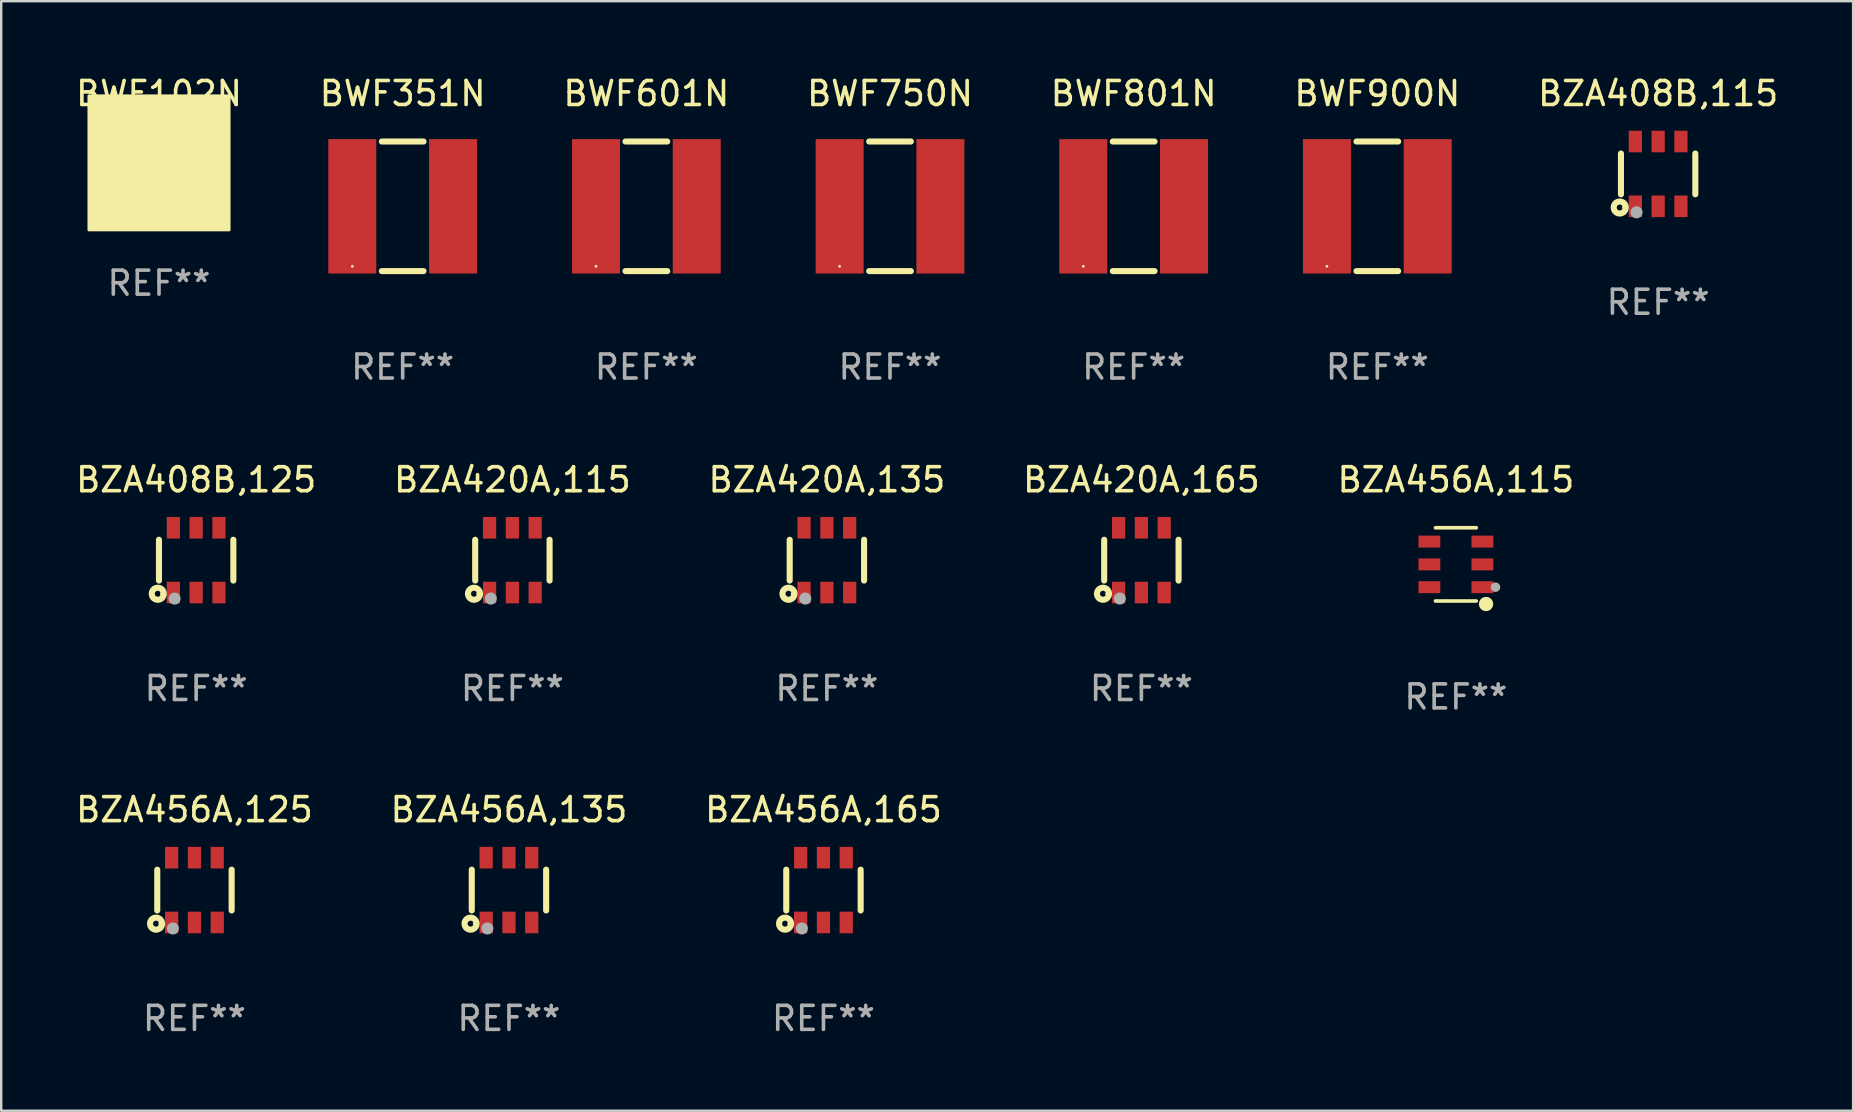
<source format=kicad_pcb>
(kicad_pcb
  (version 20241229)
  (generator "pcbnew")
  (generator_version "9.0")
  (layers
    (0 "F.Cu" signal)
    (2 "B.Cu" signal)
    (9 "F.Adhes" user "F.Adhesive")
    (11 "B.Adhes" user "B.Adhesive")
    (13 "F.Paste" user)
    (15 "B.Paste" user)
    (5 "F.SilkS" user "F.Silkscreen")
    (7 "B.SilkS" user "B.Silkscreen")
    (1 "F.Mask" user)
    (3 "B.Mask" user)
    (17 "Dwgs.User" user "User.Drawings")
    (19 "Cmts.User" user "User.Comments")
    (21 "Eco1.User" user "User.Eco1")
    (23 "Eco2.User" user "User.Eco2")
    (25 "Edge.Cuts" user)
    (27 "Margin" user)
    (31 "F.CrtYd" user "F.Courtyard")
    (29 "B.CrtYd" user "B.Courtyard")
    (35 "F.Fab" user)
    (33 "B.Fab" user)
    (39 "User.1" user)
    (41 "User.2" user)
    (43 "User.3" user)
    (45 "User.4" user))
  (footprint "BZA456A,135"
    (layer "F.Cu")
    (at 18.161 34.044)
    (property "Reference" "BZA456A,135" (at 0 -3.35 0) (layer "F.SilkS") (effects (font (size 1 1) (thickness 0.15))))
    (attr through_hole)
    (fp_line (start -1.55 0.85) (end -1.55 -0.85) (stroke (width 0.254) (type solid)) (layer "F.SilkS"))
    (fp_line (start 1.55 -0.85) (end 1.55 0.85) (stroke (width 0.254) (type solid)) (layer "F.SilkS"))
    (fp_circle (center -1.6 1.4) (end -1.476 1.4) (stroke (width 0.254) (type solid)) (fill no) (layer "F.SilkS"))
    (fp_circle (center -1.45 1.4) (end -1.42 1.4) (stroke (width 0.06) (type solid)) (fill no) (layer "F.SilkS"))
    (fp_circle (center -0.9 1.6) (end -0.773 1.6) (stroke (width 0.254) (type solid)) (fill no) (layer "F.Fab"))
    (fp_text user "REF**" (at 0 5.35 0) (layer "F.Fab") (effects (font (size 1 1) (thickness 0.15))))
    (pad "1" smd rect (at -0.95 1.35) (size 0.551 0.9) (layers "F.Cu" "F.Mask" "F.Paste"))
    (pad "2" smd rect (at 0.000127 1.35) (size 0.551 0.9) (layers "F.Cu" "F.Mask" "F.Paste"))
    (pad "3" smd rect (at 0.95 1.35) (size 0.551 0.9) (layers "F.Cu" "F.Mask" "F.Paste"))
    (pad "4" smd rect (at 0.95 -1.35) (size 0.55 0.9) (layers "F.Cu" "F.Mask" "F.Paste"))
    (pad "5" smd rect (at 0.000127 -1.35) (size 0.55 0.9) (layers "F.Cu" "F.Mask" "F.Paste"))
    (pad "6" smd rect (at -0.95 -1.35) (size 0.55 0.9) (layers "F.Cu" "F.Mask" "F.Paste")))
  (footprint "BZA456A,125"
    (layer "F.Cu")
    (at 5.054 34.044)
    (property "Reference" "BZA456A,125" (at 0 -3.35 0) (layer "F.SilkS") (effects (font (size 1 1) (thickness 0.15))))
    (attr through_hole)
    (fp_line (start -1.55 0.85) (end -1.55 -0.85) (stroke (width 0.254) (type solid)) (layer "F.SilkS"))
    (fp_line (start 1.55 -0.85) (end 1.55 0.85) (stroke (width 0.254) (type solid)) (layer "F.SilkS"))
    (fp_circle (center -1.6 1.4) (end -1.476 1.4) (stroke (width 0.254) (type solid)) (fill no) (layer "F.SilkS"))
    (fp_circle (center -1.45 1.4) (end -1.42 1.4) (stroke (width 0.06) (type solid)) (fill no) (layer "F.SilkS"))
    (fp_circle (center -0.9 1.6) (end -0.773 1.6) (stroke (width 0.254) (type solid)) (fill no) (layer "F.Fab"))
    (fp_text user "REF**" (at 0 5.35 0) (layer "F.Fab") (effects (font (size 1 1) (thickness 0.15))))
    (pad "1" smd rect (at -0.95 1.35) (size 0.551 0.9) (layers "F.Cu" "F.Mask" "F.Paste"))
    (pad "2" smd rect (at 0.000127 1.35) (size 0.551 0.9) (layers "F.Cu" "F.Mask" "F.Paste"))
    (pad "3" smd rect (at 0.95 1.35) (size 0.551 0.9) (layers "F.Cu" "F.Mask" "F.Paste"))
    (pad "4" smd rect (at 0.95 -1.35) (size 0.55 0.9) (layers "F.Cu" "F.Mask" "F.Paste"))
    (pad "5" smd rect (at 0.000127 -1.35) (size 0.55 0.9) (layers "F.Cu" "F.Mask" "F.Paste"))
    (pad "6" smd rect (at -0.95 -1.35) (size 0.55 0.9) (layers "F.Cu" "F.Mask" "F.Paste")))
  (footprint "BZA456A,165"
    (layer "F.Cu")
    (at 31.268 34.044)
    (property "Reference" "BZA456A,165" (at 0 -3.35 0) (layer "F.SilkS") (effects (font (size 1 1) (thickness 0.15))))
    (attr through_hole)
    (fp_line (start -1.55 0.85) (end -1.55 -0.85) (stroke (width 0.254) (type solid)) (layer "F.SilkS"))
    (fp_line (start 1.55 -0.85) (end 1.55 0.85) (stroke (width 0.254) (type solid)) (layer "F.SilkS"))
    (fp_circle (center -1.6 1.4) (end -1.476 1.4) (stroke (width 0.254) (type solid)) (fill no) (layer "F.SilkS"))
    (fp_circle (center -1.45 1.4) (end -1.42 1.4) (stroke (width 0.06) (type solid)) (fill no) (layer "F.SilkS"))
    (fp_circle (center -0.9 1.6) (end -0.773 1.6) (stroke (width 0.254) (type solid)) (fill no) (layer "F.Fab"))
    (fp_text user "REF**" (at 0 5.35 0) (layer "F.Fab") (effects (font (size 1 1) (thickness 0.15))))
    (pad "1" smd rect (at -0.95 1.35) (size 0.551 0.9) (layers "F.Cu" "F.Mask" "F.Paste"))
    (pad "2" smd rect (at 0.000127 1.35) (size 0.551 0.9) (layers "F.Cu" "F.Mask" "F.Paste"))
    (pad "3" smd rect (at 0.95 1.35) (size 0.551 0.9) (layers "F.Cu" "F.Mask" "F.Paste"))
    (pad "4" smd rect (at 0.95 -1.35) (size 0.55 0.9) (layers "F.Cu" "F.Mask" "F.Paste"))
    (pad "5" smd rect (at 0.000127 -1.35) (size 0.55 0.9) (layers "F.Cu" "F.Mask" "F.Paste"))
    (pad "6" smd rect (at -0.95 -1.35) (size 0.55 0.9) (layers "F.Cu" "F.Mask" "F.Paste")))
  (footprint "BZA420A,115"
    (layer "F.Cu")
    (at 18.304 20.295)
    (property "Reference" "BZA420A,115" (at 0 -3.35 0) (layer "F.SilkS") (effects (font (size 1 1) (thickness 0.15))))
    (attr through_hole)
    (fp_line (start -1.55 0.85) (end -1.55 -0.85) (stroke (width 0.254) (type solid)) (layer "F.SilkS"))
    (fp_line (start 1.55 -0.85) (end 1.55 0.85) (stroke (width 0.254) (type solid)) (layer "F.SilkS"))
    (fp_circle (center -1.6 1.4) (end -1.476 1.4) (stroke (width 0.254) (type solid)) (fill no) (layer "F.SilkS"))
    (fp_circle (center -1.45 1.4) (end -1.42 1.4) (stroke (width 0.06) (type solid)) (fill no) (layer "F.SilkS"))
    (fp_circle (center -0.9 1.6) (end -0.773 1.6) (stroke (width 0.254) (type solid)) (fill no) (layer "F.Fab"))
    (fp_text user "REF**" (at 0 5.35 0) (layer "F.Fab") (effects (font (size 1 1) (thickness 0.15))))
    (pad "1" smd rect (at -0.95 1.35) (size 0.551 0.9) (layers "F.Cu" "F.Mask" "F.Paste"))
    (pad "2" smd rect (at 0.000127 1.35) (size 0.551 0.9) (layers "F.Cu" "F.Mask" "F.Paste"))
    (pad "3" smd rect (at 0.95 1.35) (size 0.551 0.9) (layers "F.Cu" "F.Mask" "F.Paste"))
    (pad "4" smd rect (at 0.95 -1.35) (size 0.55 0.9) (layers "F.Cu" "F.Mask" "F.Paste"))
    (pad "5" smd rect (at 0.000127 -1.35) (size 0.55 0.9) (layers "F.Cu" "F.Mask" "F.Paste"))
    (pad "6" smd rect (at -0.95 -1.35) (size 0.55 0.9) (layers "F.Cu" "F.Mask" "F.Paste")))
  (footprint "BZA408B,115"
    (layer "F.Cu")
    (at 66.054 4.198)
    (property "Reference" "BZA408B,115" (at 0 -3.35 0) (layer "F.SilkS") (effects (font (size 1 1) (thickness 0.15))))
    (attr through_hole)
    (fp_line (start -1.55 0.85) (end -1.55 -0.85) (stroke (width 0.254) (type solid)) (layer "F.SilkS"))
    (fp_line (start 1.55 -0.85) (end 1.55 0.85) (stroke (width 0.254) (type solid)) (layer "F.SilkS"))
    (fp_circle (center -1.6 1.4) (end -1.476 1.4) (stroke (width 0.254) (type solid)) (fill no) (layer "F.SilkS"))
    (fp_circle (center -1.45 1.4) (end -1.42 1.4) (stroke (width 0.06) (type solid)) (fill no) (layer "F.SilkS"))
    (fp_circle (center -0.9 1.6) (end -0.773 1.6) (stroke (width 0.254) (type solid)) (fill no) (layer "F.Fab"))
    (fp_text user "REF**" (at 0 5.35 0) (layer "F.Fab") (effects (font (size 1 1) (thickness 0.15))))
    (pad "1" smd rect (at -0.95 1.35) (size 0.551 0.9) (layers "F.Cu" "F.Mask" "F.Paste"))
    (pad "2" smd rect (at 0.000127 1.35) (size 0.551 0.9) (layers "F.Cu" "F.Mask" "F.Paste"))
    (pad "3" smd rect (at 0.95 1.35) (size 0.551 0.9) (layers "F.Cu" "F.Mask" "F.Paste"))
    (pad "4" smd rect (at 0.95 -1.35) (size 0.55 0.9) (layers "F.Cu" "F.Mask" "F.Paste"))
    (pad "5" smd rect (at 0.000127 -1.35) (size 0.55 0.9) (layers "F.Cu" "F.Mask" "F.Paste"))
    (pad "6" smd rect (at -0.95 -1.35) (size 0.55 0.9) (layers "F.Cu" "F.Mask" "F.Paste")))
  (footprint "BZA408B,125"
    (layer "F.Cu")
    (at 5.125 20.295)
    (property "Reference" "BZA408B,125" (at 0 -3.35 0) (layer "F.SilkS") (effects (font (size 1 1) (thickness 0.15))))
    (attr through_hole)
    (fp_line (start -1.55 0.85) (end -1.55 -0.85) (stroke (width 0.254) (type solid)) (layer "F.SilkS"))
    (fp_line (start 1.55 -0.85) (end 1.55 0.85) (stroke (width 0.254) (type solid)) (layer "F.SilkS"))
    (fp_circle (center -1.6 1.4) (end -1.476 1.4) (stroke (width 0.254) (type solid)) (fill no) (layer "F.SilkS"))
    (fp_circle (center -1.45 1.4) (end -1.42 1.4) (stroke (width 0.06) (type solid)) (fill no) (layer "F.SilkS"))
    (fp_circle (center -0.9 1.6) (end -0.773 1.6) (stroke (width 0.254) (type solid)) (fill no) (layer "F.Fab"))
    (fp_text user "REF**" (at 0 5.35 0) (layer "F.Fab") (effects (font (size 1 1) (thickness 0.15))))
    (pad "1" smd rect (at -0.95 1.35) (size 0.551 0.9) (layers "F.Cu" "F.Mask" "F.Paste"))
    (pad "2" smd rect (at 0.000127 1.35) (size 0.551 0.9) (layers "F.Cu" "F.Mask" "F.Paste"))
    (pad "3" smd rect (at 0.95 1.35) (size 0.551 0.9) (layers "F.Cu" "F.Mask" "F.Paste"))
    (pad "4" smd rect (at 0.95 -1.35) (size 0.55 0.9) (layers "F.Cu" "F.Mask" "F.Paste"))
    (pad "5" smd rect (at 0.000127 -1.35) (size 0.55 0.9) (layers "F.Cu" "F.Mask" "F.Paste"))
    (pad "6" smd rect (at -0.95 -1.35) (size 0.55 0.9) (layers "F.Cu" "F.Mask" "F.Paste")))
  (footprint "BWF801N"
    (layer "F.Cu")
    (at 44.196 5.548)
    (property "Reference" "BWF801N" (at 0 -4.7 0) (layer "F.SilkS") (effects (font (size 1 1) (thickness 0.15))))
    (attr through_hole)
    (fp_line (start -0.869 -2.7) (end 0.869 -2.7) (stroke (width 0.254) (type solid)) (layer "F.SilkS"))
    (fp_line (start -0.869 2.7) (end 0.869 2.7) (stroke (width 0.254) (type solid)) (layer "F.SilkS"))
    (fp_circle (center -2.1 2.5) (end -2.07 2.5) (stroke (width 0.06) (type solid)) (fill no) (layer "F.SilkS"))
    (fp_text user "REF**" (at 0 6.7 0) (layer "F.Fab") (effects (font (size 1 1) (thickness 0.15))))
    (pad "1" smd rect (at -2.1 0) (size 2 5.6) (layers "F.Cu" "F.Mask" "F.Paste"))
    (pad "2" smd rect (at 2.1 0) (size 2 5.6) (layers "F.Cu" "F.Mask" "F.Paste")))
  (footprint "BZA420A,165"
    (layer "F.Cu")
    (at 44.518 20.295)
    (property "Reference" "BZA420A,165" (at 0 -3.35 0) (layer "F.SilkS") (effects (font (size 1 1) (thickness 0.15))))
    (attr through_hole)
    (fp_line (start -1.55 0.85) (end -1.55 -0.85) (stroke (width 0.254) (type solid)) (layer "F.SilkS"))
    (fp_line (start 1.55 -0.85) (end 1.55 0.85) (stroke (width 0.254) (type solid)) (layer "F.SilkS"))
    (fp_circle (center -1.6 1.4) (end -1.476 1.4) (stroke (width 0.254) (type solid)) (fill no) (layer "F.SilkS"))
    (fp_circle (center -1.45 1.4) (end -1.42 1.4) (stroke (width 0.06) (type solid)) (fill no) (layer "F.SilkS"))
    (fp_circle (center -0.9 1.6) (end -0.773 1.6) (stroke (width 0.254) (type solid)) (fill no) (layer "F.Fab"))
    (fp_text user "REF**" (at 0 5.35 0) (layer "F.Fab") (effects (font (size 1 1) (thickness 0.15))))
    (pad "1" smd rect (at -0.95 1.35) (size 0.551 0.9) (layers "F.Cu" "F.Mask" "F.Paste"))
    (pad "2" smd rect (at 0.000127 1.35) (size 0.551 0.9) (layers "F.Cu" "F.Mask" "F.Paste"))
    (pad "3" smd rect (at 0.95 1.35) (size 0.551 0.9) (layers "F.Cu" "F.Mask" "F.Paste"))
    (pad "4" smd rect (at 0.95 -1.35) (size 0.55 0.9) (layers "F.Cu" "F.Mask" "F.Paste"))
    (pad "5" smd rect (at 0.000127 -1.35) (size 0.55 0.9) (layers "F.Cu" "F.Mask" "F.Paste"))
    (pad "6" smd rect (at -0.95 -1.35) (size 0.55 0.9) (layers "F.Cu" "F.Mask" "F.Paste")))
  (footprint "BWF601N"
    (layer "F.Cu")
    (at 23.887 5.548)
    (property "Reference" "BWF601N" (at 0 -4.7 0) (layer "F.SilkS") (effects (font (size 1 1) (thickness 0.15))))
    (attr through_hole)
    (fp_line (start -0.869 -2.7) (end 0.869 -2.7) (stroke (width 0.254) (type solid)) (layer "F.SilkS"))
    (fp_line (start -0.869 2.7) (end 0.869 2.7) (stroke (width 0.254) (type solid)) (layer "F.SilkS"))
    (fp_circle (center -2.1 2.5) (end -2.07 2.5) (stroke (width 0.06) (type solid)) (fill no) (layer "F.SilkS"))
    (fp_text user "REF**" (at 0 6.7 0) (layer "F.Fab") (effects (font (size 1 1) (thickness 0.15))))
    (pad "1" smd rect (at -2.1 0) (size 2 5.6) (layers "F.Cu" "F.Mask" "F.Paste"))
    (pad "2" smd rect (at 2.1 0) (size 2 5.6) (layers "F.Cu" "F.Mask" "F.Paste")))
  (footprint "BWF900N"
    (layer "F.Cu")
    (at 54.351 5.548)
    (property "Reference" "BWF900N" (at 0 -4.7 0) (layer "F.SilkS") (effects (font (size 1 1) (thickness 0.15))))
    (attr through_hole)
    (fp_line (start -0.869 -2.7) (end 0.869 -2.7) (stroke (width 0.254) (type solid)) (layer "F.SilkS"))
    (fp_line (start -0.869 2.7) (end 0.869 2.7) (stroke (width 0.254) (type solid)) (layer "F.SilkS"))
    (fp_circle (center -2.1 2.5) (end -2.07 2.5) (stroke (width 0.06) (type solid)) (fill no) (layer "F.SilkS"))
    (fp_text user "REF**" (at 0 6.7 0) (layer "F.Fab") (effects (font (size 1 1) (thickness 0.15))))
    (pad "1" smd rect (at -2.1 0) (size 2 5.6) (layers "F.Cu" "F.Mask" "F.Paste"))
    (pad "2" smd rect (at 2.1 0) (size 2 5.6) (layers "F.Cu" "F.Mask" "F.Paste")))
  (footprint "BWF750N"
    (layer "F.Cu")
    (at 34.042 5.548)
    (property "Reference" "BWF750N" (at 0 -4.7 0) (layer "F.SilkS") (effects (font (size 1 1) (thickness 0.15))))
    (attr through_hole)
    (fp_line (start -0.869 -2.7) (end 0.869 -2.7) (stroke (width 0.254) (type solid)) (layer "F.SilkS"))
    (fp_line (start -0.869 2.7) (end 0.869 2.7) (stroke (width 0.254) (type solid)) (layer "F.SilkS"))
    (fp_circle (center -2.1 2.5) (end -2.07 2.5) (stroke (width 0.06) (type solid)) (fill no) (layer "F.SilkS"))
    (fp_text user "REF**" (at 0 6.7 0) (layer "F.Fab") (effects (font (size 1 1) (thickness 0.15))))
    (pad "1" smd rect (at -2.1 0) (size 2 5.6) (layers "F.Cu" "F.Mask" "F.Paste"))
    (pad "2" smd rect (at 2.1 0) (size 2 5.6) (layers "F.Cu" "F.Mask" "F.Paste")))
  (footprint "BZA420A,135"
    (layer "F.Cu")
    (at 31.411 20.295)
    (property "Reference" "BZA420A,135" (at 0 -3.35 0) (layer "F.SilkS") (effects (font (size 1 1) (thickness 0.15))))
    (attr through_hole)
    (fp_line (start -1.55 0.85) (end -1.55 -0.85) (stroke (width 0.254) (type solid)) (layer "F.SilkS"))
    (fp_line (start 1.55 -0.85) (end 1.55 0.85) (stroke (width 0.254) (type solid)) (layer "F.SilkS"))
    (fp_circle (center -1.6 1.4) (end -1.476 1.4) (stroke (width 0.254) (type solid)) (fill no) (layer "F.SilkS"))
    (fp_circle (center -1.45 1.4) (end -1.42 1.4) (stroke (width 0.06) (type solid)) (fill no) (layer "F.SilkS"))
    (fp_circle (center -0.9 1.6) (end -0.773 1.6) (stroke (width 0.254) (type solid)) (fill no) (layer "F.Fab"))
    (fp_text user "REF**" (at 0 5.35 0) (layer "F.Fab") (effects (font (size 1 1) (thickness 0.15))))
    (pad "1" smd rect (at -0.95 1.35) (size 0.551 0.9) (layers "F.Cu" "F.Mask" "F.Paste"))
    (pad "2" smd rect (at 0.000127 1.35) (size 0.551 0.9) (layers "F.Cu" "F.Mask" "F.Paste"))
    (pad "3" smd rect (at 0.95 1.35) (size 0.551 0.9) (layers "F.Cu" "F.Mask" "F.Paste"))
    (pad "4" smd rect (at 0.95 -1.35) (size 0.55 0.9) (layers "F.Cu" "F.Mask" "F.Paste"))
    (pad "5" smd rect (at 0.000127 -1.35) (size 0.55 0.9) (layers "F.Cu" "F.Mask" "F.Paste"))
    (pad "6" smd rect (at -0.95 -1.35) (size 0.55 0.9) (layers "F.Cu" "F.Mask" "F.Paste")))
  (footprint "BZA456A,115"
    (layer "F.Cu")
    (at 57.625 20.471)
    (property "Reference" "BZA456A,115" (at 0 -3.526 0) (layer "F.SilkS") (effects (font (size 1 1) (thickness 0.15))))
    (attr through_hole)
    (fp_line (start 0.851 -1.526) (end -0.851 -1.526) (stroke (width 0.152) (type solid)) (layer "F.SilkS"))
    (fp_line (start 0.851 1.526) (end -0.851 1.526) (stroke (width 0.152) (type solid)) (layer "F.SilkS"))
    (fp_circle (center 1.257 1.651) (end 1.407 1.651) (stroke (width 0.3) (type solid)) (fill no) (layer "F.SilkS"))
    (fp_circle (center 1.35 1.45) (end 1.38 1.45) (stroke (width 0.06) (type solid)) (fill no) (layer "F.SilkS"))
    (fp_circle (center 1.65 0.95) (end 1.75 0.95) (stroke (width 0.2) (type solid)) (fill no) (layer "F.Fab"))
    (fp_text user "REF**" (at 0 5.526 0) (layer "F.Fab") (effects (font (size 1 1) (thickness 0.15))))
    (pad "1" smd rect (at 1.105 0.95 90) (size 0.497 0.91) (layers "F.Cu" "F.Mask" "F.Paste"))
    (pad "2" smd rect (at 1.105 0 90) (size 0.497 0.91) (layers "F.Cu" "F.Mask" "F.Paste"))
    (pad "3" smd rect (at 1.105 -0.95 90) (size 0.497 0.91) (layers "F.Cu" "F.Mask" "F.Paste"))
    (pad "4" smd rect (at -1.105 -0.95 90) (size 0.497 0.91) (layers "F.Cu" "F.Mask" "F.Paste"))
    (pad "5" smd rect (at -1.105 0 90) (size 0.497 0.91) (layers "F.Cu" "F.Mask" "F.Paste"))
    (pad "6" smd rect (at -1.105 0.95 90) (size 0.497 0.91) (layers "F.Cu" "F.Mask" "F.Paste")))
  (footprint "BWF351N"
    (layer "F.Cu")
    (at 13.732 5.548)
    (property "Reference" "BWF351N" (at 0 -4.7 0) (layer "F.SilkS") (effects (font (size 1 1) (thickness 0.15))))
    (attr through_hole)
    (fp_line (start -0.869 -2.7) (end 0.869 -2.7) (stroke (width 0.254) (type solid)) (layer "F.SilkS"))
    (fp_line (start -0.869 2.7) (end 0.869 2.7) (stroke (width 0.254) (type solid)) (layer "F.SilkS"))
    (fp_circle (center -2.1 2.5) (end -2.07 2.5) (stroke (width 0.06) (type solid)) (fill no) (layer "F.SilkS"))
    (fp_text user "REF**" (at 0 6.7 0) (layer "F.Fab") (effects (font (size 1 1) (thickness 0.15))))
    (pad "1" smd rect (at -2.1 0) (size 2 5.6) (layers "F.Cu" "F.Mask" "F.Paste"))
    (pad "2" smd rect (at 2.1 0) (size 2 5.6) (layers "F.Cu" "F.Mask" "F.Paste")))
  (footprint "BWF102N"
    (layer "F.Cu")
    (at 3.577 3.801)
    (property "Reference" "BWF102N" (at 0 -2.953 0) (layer "F.SilkS") (effects (font (size 1 1) (thickness 0.15))))
    (attr through_hole)
    (fp_line (start -0.889 -0.953) (end -0.889 0.953) (stroke (width 0.254) (type solid)) (layer "F.SilkS"))
    (fp_line (start -0.889 0.953) (end 1.016 -0.953) (stroke (width 0.254) (type solid)) (layer "F.SilkS"))
    (fp_line (start 1.016 -0.953) (end 1.016 0.953) (stroke (width 0.254) (type solid)) (layer "F.SilkS"))
    (fp_line (start 1.016 0.953) (end -0.889 -0.953) (stroke (width 0.254) (type solid)) (layer "F.SilkS"))
    (fp_circle (center -2.1 2.437) (end -2.07 2.437) (stroke (width 0.06) (type solid)) (fill no) (layer "F.SilkS"))
    (fp_poly (pts (xy -2.921 -2.858) (xy 2.921 -2.858) (xy 2.921 2.731) (xy -2.921 2.731)) (stroke (width 0.12) (type solid)) (fill yes) (layer "F.SilkS"))
    (fp_text user "REF**" (at 0 4.953 0) (layer "F.Fab") (effects (font (size 1 1) (thickness 0.15))))
    (pad "1" smd rect (at -2 -0.064) (size 1.4 5) (layers "F.Cu" "F.Mask" "F.Paste"))
    (pad "2" smd rect (at 2 -0.064) (size 1.4 5) (layers "F.Cu" "F.Mask" "F.Paste")))
  (gr_rect
    (start -3 -3)
    (end 74.179 43.242)
    (stroke (width 0.1) (type default))
    (fill no)
    (layer "Edge.Cuts")))
</source>
